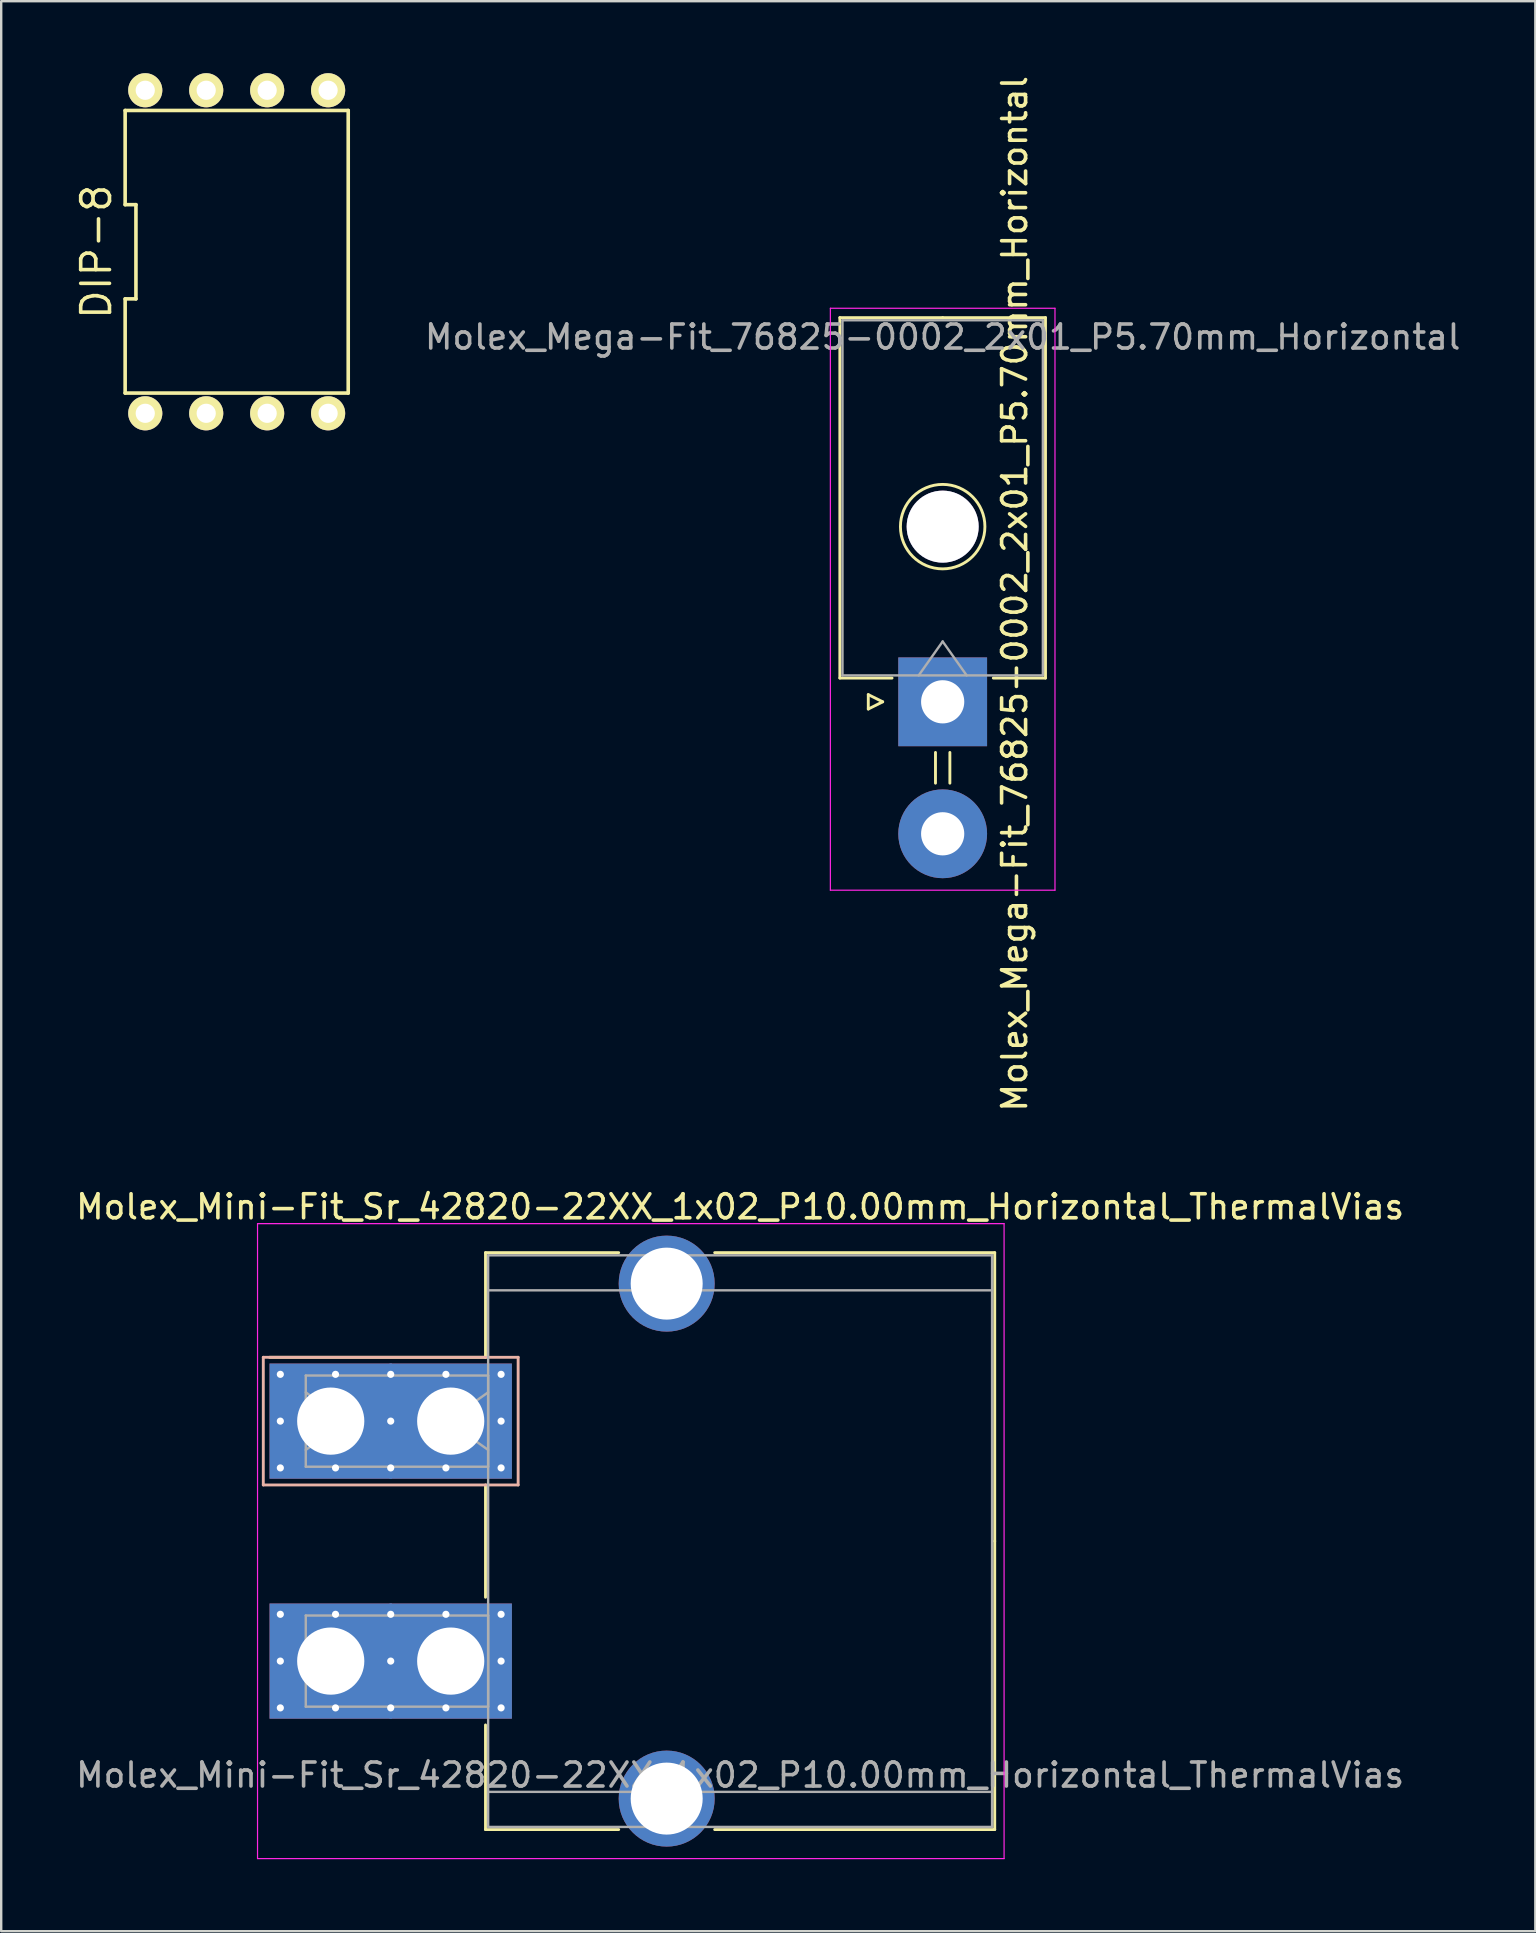
<source format=kicad_pcb>
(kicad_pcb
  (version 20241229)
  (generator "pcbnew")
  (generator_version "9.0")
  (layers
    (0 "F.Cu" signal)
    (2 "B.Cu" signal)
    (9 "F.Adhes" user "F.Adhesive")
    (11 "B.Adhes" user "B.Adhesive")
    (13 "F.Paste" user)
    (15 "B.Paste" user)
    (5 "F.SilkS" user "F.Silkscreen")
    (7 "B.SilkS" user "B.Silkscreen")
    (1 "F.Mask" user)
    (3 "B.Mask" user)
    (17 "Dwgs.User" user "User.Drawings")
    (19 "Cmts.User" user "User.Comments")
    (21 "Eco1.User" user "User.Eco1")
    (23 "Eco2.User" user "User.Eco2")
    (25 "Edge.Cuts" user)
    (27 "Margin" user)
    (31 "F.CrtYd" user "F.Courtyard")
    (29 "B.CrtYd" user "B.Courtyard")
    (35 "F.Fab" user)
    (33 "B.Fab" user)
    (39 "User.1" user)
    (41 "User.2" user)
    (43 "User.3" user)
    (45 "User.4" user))
  (footprint "DIP-8"
    (layer "F.Cu")
    (at 6.813 7.442)
    (property "Reference" "DIP-8" (at -5.848 0 90) (layer "F.SilkS") (effects (font (size 1.2 1.2) (thickness 0.15))))
    (attr through_hole)
    (fp_line (start -4.648 -5.888) (end -4.648 -1.963) (stroke (width 0.15) (type solid)) (layer "F.SilkS"))
    (fp_line (start -4.648 -1.963) (end -4.198 -1.963) (stroke (width 0.15) (type solid)) (layer "F.SilkS"))
    (fp_line (start -4.648 1.963) (end -4.648 5.888) (stroke (width 0.15) (type solid)) (layer "F.SilkS"))
    (fp_line (start -4.648 5.888) (end 4.648 5.888) (stroke (width 0.15) (type solid)) (layer "F.SilkS"))
    (fp_line (start -4.198 -1.963) (end -4.198 1.963) (stroke (width 0.15) (type solid)) (layer "F.SilkS"))
    (fp_line (start -4.198 1.963) (end -4.648 1.963) (stroke (width 0.15) (type solid)) (layer "F.SilkS"))
    (fp_line (start 4.648 -5.888) (end -4.648 -5.888) (stroke (width 0.15) (type solid)) (layer "F.SilkS"))
    (fp_line (start 4.648 5.888) (end 4.648 -5.888) (stroke (width 0.15) (type solid)) (layer "F.SilkS"))
    (pad "1" thru_hole circle (at -3.81 6.731) (size 1.422 1.422) (drill 0.8) (layers "*.Cu" "*.Mask" "F.SilkS"))
    (pad "2" thru_hole circle (at -1.27 6.731) (size 1.422 1.422) (drill 0.8) (layers "*.Cu" "*.Mask" "F.SilkS"))
    (pad "3" thru_hole circle (at 1.27 6.731) (size 1.422 1.422) (drill 0.8) (layers "*.Cu" "*.Mask" "F.SilkS"))
    (pad "4" thru_hole circle (at 3.81 6.731) (size 1.422 1.422) (drill 0.8) (layers "*.Cu" "*.Mask" "F.SilkS"))
    (pad "5" thru_hole circle (at 3.81 -6.731) (size 1.422 1.422) (drill 0.8) (layers "*.Cu" "*.Mask" "F.SilkS"))
    (pad "6" thru_hole circle (at 1.27 -6.731) (size 1.422 1.422) (drill 0.8) (layers "*.Cu" "*.Mask" "F.SilkS"))
    (pad "7" thru_hole circle (at -1.27 -6.731) (size 1.422 1.422) (drill 0.8) (layers "*.Cu" "*.Mask" "F.SilkS"))
    (pad "8" thru_hole circle (at -3.81 -6.731) (size 1.422 1.422) (drill 0.8) (layers "*.Cu" "*.Mask" "F.SilkS")))
  (footprint "Molex_Mini-Fit_Sr_42820-22XX_1x02_P10.00mm_Horizontal_ThermalVias"
    (layer "F.Cu")
    (at 10.732 56.171)
    (property "Reference" "Molex_Mini-Fit_Sr_42820-22XX_1x02_P10.00mm_Horizontal_ThermalVias" (at 17.06 -8.93 0) (layer "F.SilkS") (effects (font (size 1 1) (thickness 0.15))))
    (attr through_hole)
    (fp_line (start 6.45 -7.02) (end 12 -7.02) (stroke (width 0.12) (type solid)) (layer "F.SilkS"))
    (fp_line (start 6.45 -2.66) (end -2.55 -2.66) (stroke (width 0.12) (type solid)) (layer "F.SilkS"))
    (fp_line (start 6.45 -2.66) (end 6.45 -7.02) (stroke (width 0.12) (type solid)) (layer "F.SilkS"))
    (fp_line (start 6.45 2.66) (end 6.45 7.34) (stroke (width 0.12) (type solid)) (layer "F.SilkS"))
    (fp_line (start 6.45 12.66) (end 6.45 17.02) (stroke (width 0.12) (type solid)) (layer "F.SilkS"))
    (fp_line (start 6.45 17.02) (end 12 17.02) (stroke (width 0.12) (type solid)) (layer "F.SilkS"))
    (fp_line (start 16 -7.02) (end 27.67 -7.02) (stroke (width 0.12) (type solid)) (layer "F.SilkS"))
    (fp_line (start 16 17.02) (end 27.67 17.02) (stroke (width 0.12) (type solid)) (layer "F.SilkS"))
    (fp_line (start 27.67 -7.02) (end 27.67 5) (stroke (width 0.12) (type solid)) (layer "F.SilkS"))
    (fp_line (start 27.67 17.02) (end 27.67 5) (stroke (width 0.12) (type solid)) (layer "F.SilkS"))
    (fp_line (start -2.81 -2.66) (end -2.81 2.66) (stroke (width 0.12) (type solid)) (layer "B.SilkS"))
    (fp_line (start -2.81 2.66) (end 7.81 2.66) (stroke (width 0.12) (type solid)) (layer "B.SilkS"))
    (fp_line (start 7.81 -2.66) (end -2.81 -2.66) (stroke (width 0.12) (type solid)) (layer "B.SilkS"))
    (fp_line (start 7.81 2.66) (end 7.81 -2.66) (stroke (width 0.12) (type solid)) (layer "B.SilkS"))
    (fp_line (start -3.05 -8.23) (end -3.05 18.23) (stroke (width 0.05) (type solid)) (layer "F.CrtYd"))
    (fp_line (start -3.05 18.23) (end 28.06 18.23) (stroke (width 0.05) (type solid)) (layer "F.CrtYd"))
    (fp_line (start 28.06 -8.23) (end -3.05 -8.23) (stroke (width 0.05) (type solid)) (layer "F.CrtYd"))
    (fp_line (start 28.06 18.23) (end 28.06 -8.23) (stroke (width 0.05) (type solid)) (layer "F.CrtYd"))
    (fp_line (start -1.04 -1.9) (end 6.56 -1.9) (stroke (width 0.1) (type solid)) (layer "F.Fab"))
    (fp_line (start -1.04 -1.2) (end 0.657 0) (stroke (width 0.1) (type solid)) (layer "F.Fab"))
    (fp_line (start -1.04 1.9) (end -1.04 -1.9) (stroke (width 0.1) (type solid)) (layer "F.Fab"))
    (fp_line (start -1.04 8.1) (end 6.56 8.1) (stroke (width 0.1) (type solid)) (layer "F.Fab"))
    (fp_line (start -1.04 11.9) (end -1.04 8.1) (stroke (width 0.1) (type solid)) (layer "F.Fab"))
    (fp_line (start 0.657 0) (end -1.04 1.2) (stroke (width 0.1) (type solid)) (layer "F.Fab"))
    (fp_line (start 4.863 0) (end 6.56 1.2) (stroke (width 0.1) (type solid)) (layer "F.Fab"))
    (fp_line (start 6.56 -6.91) (end 6.56 16.91) (stroke (width 0.1) (type solid)) (layer "F.Fab"))
    (fp_line (start 6.56 -5.45) (end 27.56 -5.45) (stroke (width 0.1) (type solid)) (layer "F.Fab"))
    (fp_line (start 6.56 -1.9) (end 6.56 1.9) (stroke (width 0.1) (type solid)) (layer "F.Fab"))
    (fp_line (start 6.56 -1.2) (end 4.863 0) (stroke (width 0.1) (type solid)) (layer "F.Fab"))
    (fp_line (start 6.56 1.9) (end -1.04 1.9) (stroke (width 0.1) (type solid)) (layer "F.Fab"))
    (fp_line (start 6.56 8.1) (end 6.56 11.9) (stroke (width 0.1) (type solid)) (layer "F.Fab"))
    (fp_line (start 6.56 11.9) (end -1.04 11.9) (stroke (width 0.1) (type solid)) (layer "F.Fab"))
    (fp_line (start 6.56 15.45) (end 27.56 15.45) (stroke (width 0.1) (type solid)) (layer "F.Fab"))
    (fp_line (start 6.56 16.91) (end 27.56 16.91) (stroke (width 0.1) (type solid)) (layer "F.Fab"))
    (fp_line (start 27.56 -6.91) (end 6.56 -6.91) (stroke (width 0.1) (type solid)) (layer "F.Fab"))
    (fp_line (start 27.56 16.91) (end 27.56 -6.91) (stroke (width 0.1) (type solid)) (layer "F.Fab"))
    (fp_text user "${REFERENCE}" (at 17.06 14.75 0) (layer "F.Fab") (effects (font (size 1 1) (thickness 0.15))))
    (pad "0" thru_hole circle (at 14 -5.73) (size 4 4) (drill 3) (layers "*.Cu" "*.Mask"))
    (pad "0" thru_hole circle (at 14 15.73) (size 4 4) (drill 3) (layers "*.Cu" "*.Mask"))
    (pad "1" thru_hole roundrect (at -2.1 -1.95) (size 0.6 0.6) (drill 0.3) (layers "*.Cu" "*.Mask") (roundrect_rratio 0.25))
    (pad "1" thru_hole roundrect (at -2.1 0) (size 0.6 0.6) (drill 0.3) (layers "*.Cu" "*.Mask") (roundrect_rratio 0.25))
    (pad "1" thru_hole roundrect (at -2.1 1.95) (size 0.6 0.6) (drill 0.3) (layers "*.Cu" "*.Mask") (roundrect_rratio 0.25))
    (pad "1" thru_hole rect (at 0 0) (size 5.1 4.8) (drill 2.8) (layers "*.Cu" "*.Mask"))
    (pad "1" thru_hole roundrect (at 0.2 -1.95) (size 0.6 0.6) (drill 0.3) (layers "*.Cu" "*.Mask") (roundrect_rratio 0.25))
    (pad "1" thru_hole roundrect (at 0.2 1.95) (size 0.6 0.6) (drill 0.3) (layers "*.Cu" "*.Mask") (roundrect_rratio 0.25))
    (pad "1" thru_hole roundrect (at 2.5 -1.95) (size 0.6 0.6) (drill 0.3) (layers "*.Cu" "*.Mask") (roundrect_rratio 0.25))
    (pad "1" thru_hole roundrect (at 2.5 0) (size 0.6 0.6) (drill 0.3) (layers "*.Cu" "*.Mask") (roundrect_rratio 0.25))
    (pad "1" thru_hole roundrect (at 2.5 1.95) (size 0.6 0.6) (drill 0.3) (layers "*.Cu" "*.Mask") (roundrect_rratio 0.25))
    (pad "1" thru_hole roundrect (at 4.8 -1.95) (size 0.6 0.6) (drill 0.3) (layers "*.Cu" "*.Mask") (roundrect_rratio 0.25))
    (pad "1" thru_hole roundrect (at 4.8 1.95) (size 0.6 0.6) (drill 0.3) (layers "*.Cu" "*.Mask") (roundrect_rratio 0.25))
    (pad "1" thru_hole rect (at 5 0) (size 5.1 4.8) (drill 2.8) (layers "*.Cu" "*.Mask"))
    (pad "1" thru_hole roundrect (at 7.1 -1.95) (size 0.6 0.6) (drill 0.3) (layers "*.Cu" "*.Mask") (roundrect_rratio 0.25))
    (pad "1" thru_hole roundrect (at 7.1 0) (size 0.6 0.6) (drill 0.3) (layers "*.Cu" "*.Mask") (roundrect_rratio 0.25))
    (pad "1" thru_hole roundrect (at 7.1 1.95) (size 0.6 0.6) (drill 0.3) (layers "*.Cu" "*.Mask") (roundrect_rratio 0.25))
    (pad "2" thru_hole circle (at -2.1 8.05) (size 0.6 0.6) (drill 0.3) (layers "*.Cu" "*.Mask"))
    (pad "2" thru_hole circle (at -2.1 10) (size 0.6 0.6) (drill 0.3) (layers "*.Cu" "*.Mask"))
    (pad "2" thru_hole circle (at -2.1 11.95) (size 0.6 0.6) (drill 0.3) (layers "*.Cu" "*.Mask"))
    (pad "2" thru_hole rect (at 0 10) (size 5.1 4.8) (drill 2.8) (layers "*.Cu" "*.Mask"))
    (pad "2" thru_hole circle (at 0.2 8.05) (size 0.6 0.6) (drill 0.3) (layers "*.Cu" "*.Mask"))
    (pad "2" thru_hole circle (at 0.2 11.95) (size 0.6 0.6) (drill 0.3) (layers "*.Cu" "*.Mask"))
    (pad "2" thru_hole circle (at 2.5 8.05) (size 0.6 0.6) (drill 0.3) (layers "*.Cu" "*.Mask"))
    (pad "2" thru_hole circle (at 2.5 10) (size 0.6 0.6) (drill 0.3) (layers "*.Cu" "*.Mask"))
    (pad "2" thru_hole circle (at 2.5 11.95) (size 0.6 0.6) (drill 0.3) (layers "*.Cu" "*.Mask"))
    (pad "2" thru_hole circle (at 4.8 8.05) (size 0.6 0.6) (drill 0.3) (layers "*.Cu" "*.Mask"))
    (pad "2" thru_hole circle (at 4.8 11.95) (size 0.6 0.6) (drill 0.3) (layers "*.Cu" "*.Mask"))
    (pad "2" thru_hole rect (at 5 10) (size 5.1 4.8) (drill 2.8) (layers "*.Cu" "*.Mask"))
    (pad "2" thru_hole circle (at 7.1 8.05) (size 0.6 0.6) (drill 0.3) (layers "*.Cu" "*.Mask"))
    (pad "2" thru_hole circle (at 7.1 10) (size 0.6 0.6) (drill 0.3) (layers "*.Cu" "*.Mask"))
    (pad "2" thru_hole circle (at 7.1 11.95) (size 0.6 0.6) (drill 0.3) (layers "*.Cu" "*.Mask")))
  (footprint "Molex_Mega-Fit_76825-0002_2x01_P5.70mm_Horizontal"
    (layer "F.Cu")
    (at 36.233 26.196)
    (property "Reference" "Molex_Mega-Fit_76825-0002_2x01_P5.70mm_Horizontal" (at 3 -4.5 90) (layer "F.SilkS") (effects (font (size 1 1) (thickness 0.15))))
    (attr through_hole)
    (fp_line (start -4.285 -16.01) (end -4.285 -0.99) (stroke (width 0.12) (type solid)) (layer "F.SilkS"))
    (fp_line (start -4.285 -0.99) (end -2.11 -0.99) (stroke (width 0.12) (type solid)) (layer "F.SilkS"))
    (fp_line (start -3.1 -0.3) (end -2.5 0) (stroke (width 0.12) (type solid)) (layer "F.SilkS"))
    (fp_line (start -3.1 0.3) (end -3.1 -0.3) (stroke (width 0.12) (type solid)) (layer "F.SilkS"))
    (fp_line (start -2.5 0) (end -3.1 0.3) (stroke (width 0.12) (type solid)) (layer "F.SilkS"))
    (fp_line (start -0.3 2.11) (end -0.3 3.39) (stroke (width 0.12) (type solid)) (layer "F.SilkS"))
    (fp_line (start 0 -16.01) (end -4.285 -16.01) (stroke (width 0.12) (type solid)) (layer "F.SilkS"))
    (fp_line (start 0 -16.01) (end 4.285 -16.01) (stroke (width 0.12) (type solid)) (layer "F.SilkS"))
    (fp_line (start 0.3 2.11) (end 0.3 3.39) (stroke (width 0.12) (type solid)) (layer "F.SilkS"))
    (fp_line (start 4.285 -16.01) (end 4.285 -0.99) (stroke (width 0.12) (type solid)) (layer "F.SilkS"))
    (fp_line (start 4.285 -0.99) (end 2.11 -0.99) (stroke (width 0.12) (type solid)) (layer "F.SilkS"))
    (fp_circle (center 0 -7.3) (end 1.76 -7.3) (stroke (width 0.12) (type solid)) (fill no) (layer "F.SilkS"))
    (fp_line (start -4.68 -16.4) (end -4.68 7.85) (stroke (width 0.05) (type solid)) (layer "F.CrtYd"))
    (fp_line (start -4.68 7.85) (end 4.68 7.85) (stroke (width 0.05) (type solid)) (layer "F.CrtYd"))
    (fp_line (start 4.68 -16.4) (end -4.68 -16.4) (stroke (width 0.05) (type solid)) (layer "F.CrtYd"))
    (fp_line (start 4.68 7.85) (end 4.68 -16.4) (stroke (width 0.05) (type solid)) (layer "F.CrtYd"))
    (fp_line (start -4.175 -15.9) (end -4.175 -1.1) (stroke (width 0.1) (type solid)) (layer "F.Fab"))
    (fp_line (start -4.175 -1.1) (end 4.175 -1.1) (stroke (width 0.1) (type solid)) (layer "F.Fab"))
    (fp_line (start -1 -1.1) (end 0 -2.514) (stroke (width 0.1) (type solid)) (layer "F.Fab"))
    (fp_line (start 0 -2.514) (end 1 -1.1) (stroke (width 0.1) (type solid)) (layer "F.Fab"))
    (fp_line (start 4.175 -15.9) (end -4.175 -15.9) (stroke (width 0.1) (type solid)) (layer "F.Fab"))
    (fp_line (start 4.175 -1.1) (end 4.175 -15.9) (stroke (width 0.1) (type solid)) (layer "F.Fab"))
    (fp_text user "${REFERENCE}" (at 0 -15.2 0) (layer "F.Fab") (effects (font (size 1 1) (thickness 0.15))))
    (pad "0" thru_hole circle (at 0 -7.3) (size 3 3) (drill 3) (layers "*.Cu" "*.Mask"))
    (pad "1" thru_hole rect (at 0 0) (size 3.7 3.7) (drill 1.8) (layers "*.Cu" "*.Mask"))
    (pad "2" thru_hole circle (at 0 5.5) (size 3.7 3.7) (drill 1.8) (layers "*.Cu" "*.Mask")))
  (gr_rect
    (start -3 -3)
    (end 60.93 77.426)
    (stroke (width 0.1) (type default))
    (fill no)
    (layer "Edge.Cuts")))
</source>
